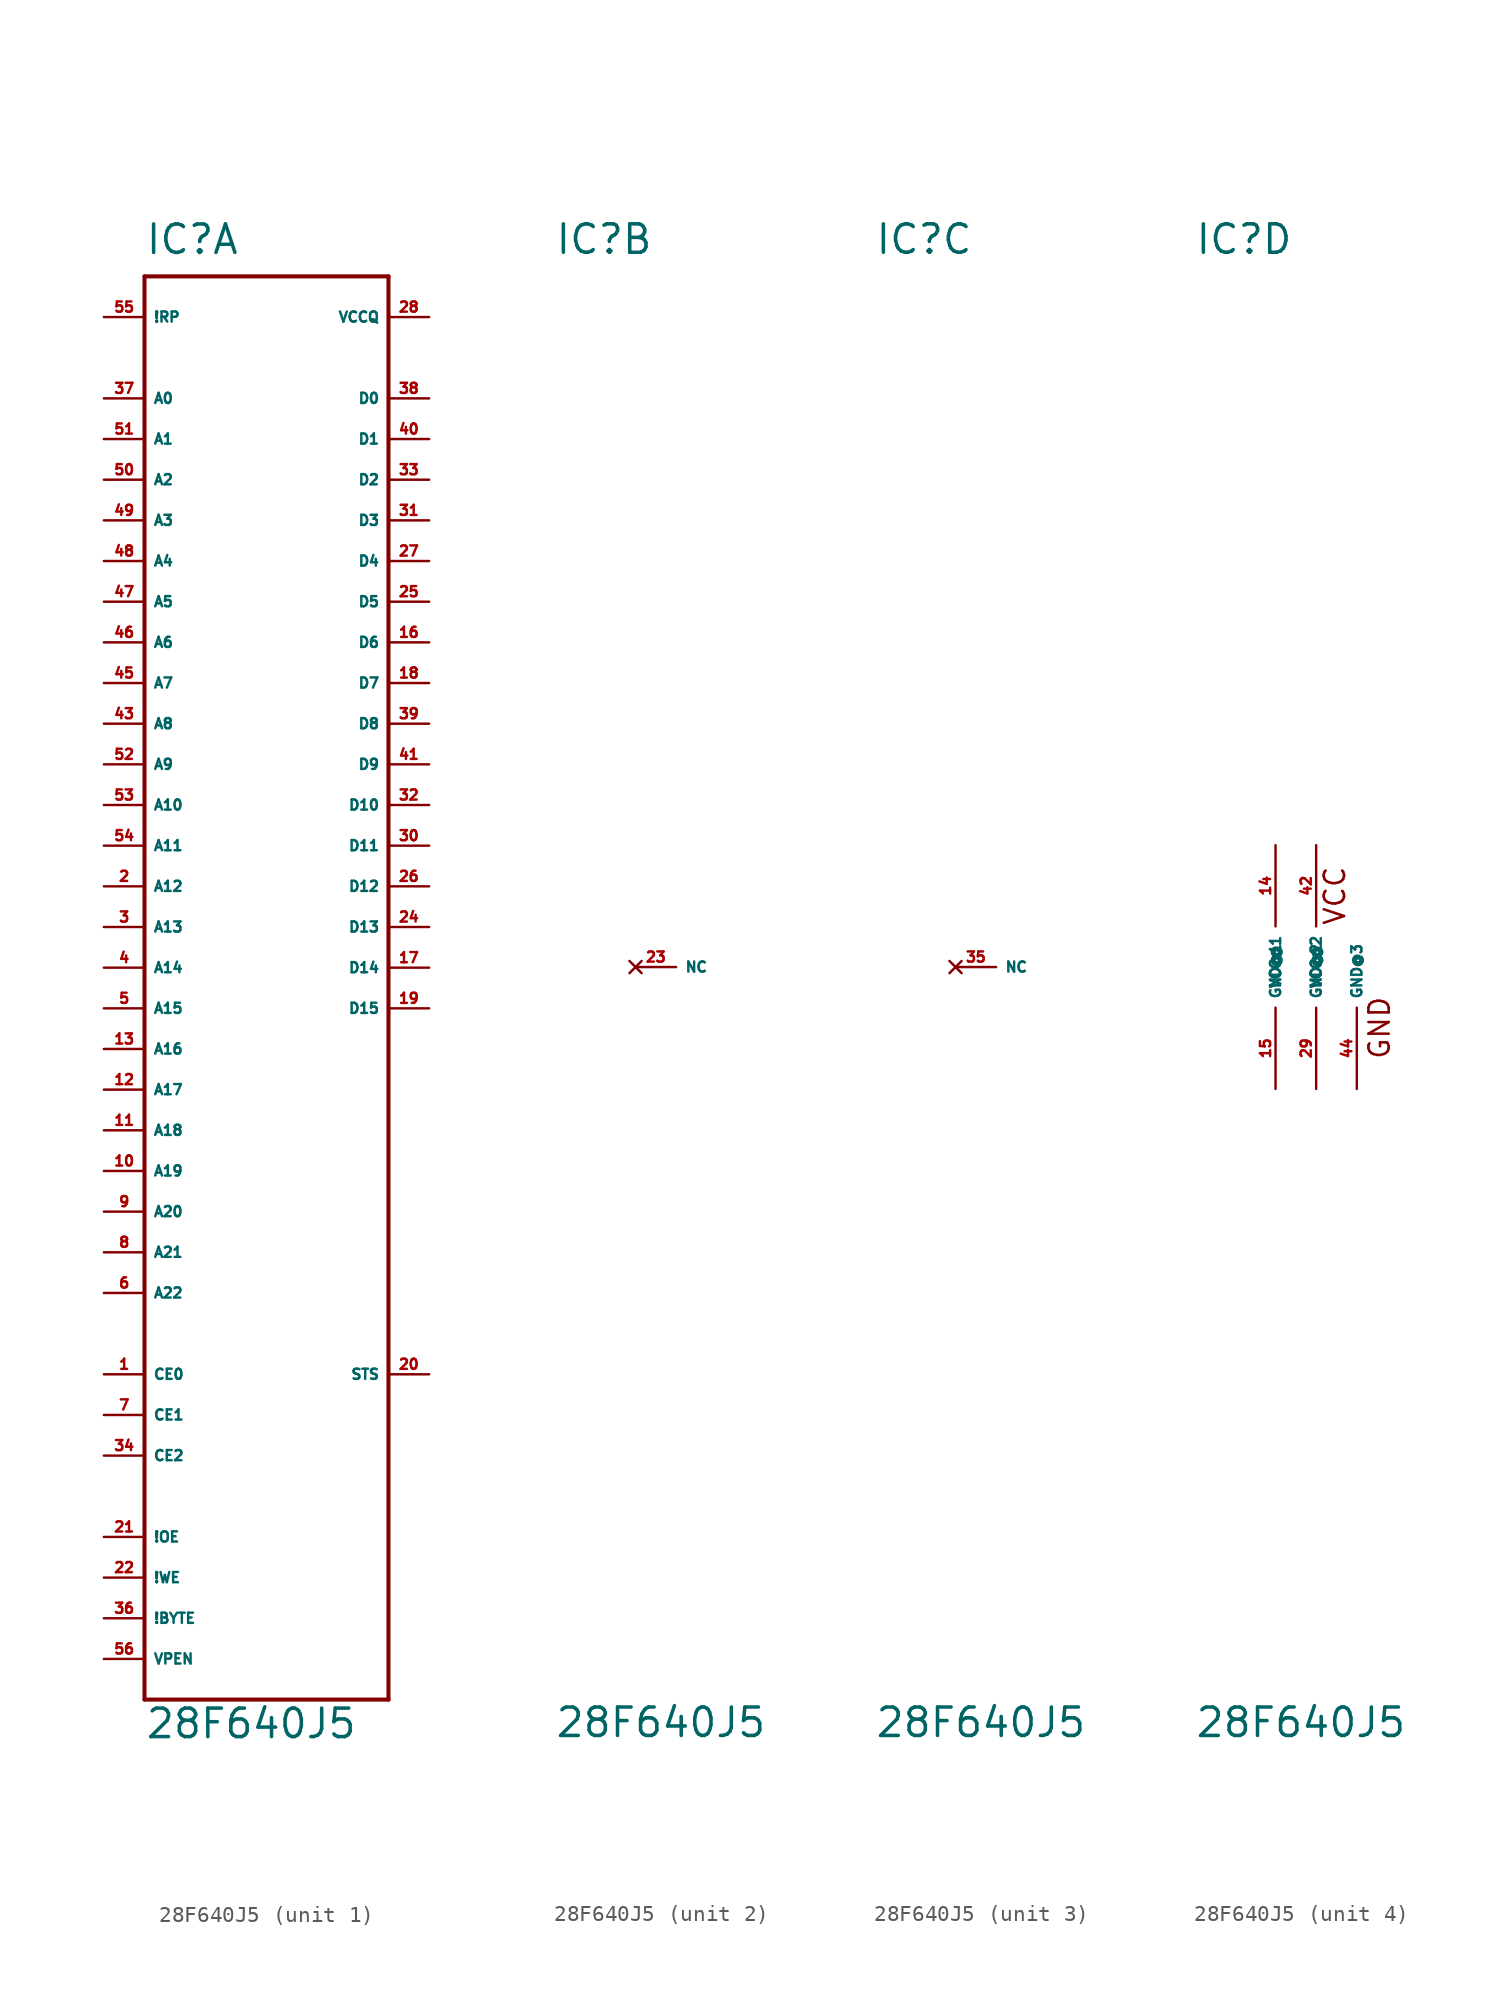
<source format=kicad_sym>
(kicad_symbol_lib
  (version 20220914)
  (generator Eagle2Kicad)
  (symbol "28F640J5"
    (property "Reference" "IC"
      (at -7.62 44.45 0)
      (effects (font (size 1.778 1.778) (thickness 0.22)) (justify left bottom)))
    (property "Value" "28F640J5"
      (at -7.62 -48.26 0)
      (effects (font (size 1.778 1.778) (thickness 0.22)) (justify left bottom)))
    (symbol "28F640J5_1_0"
      (polyline (pts (xy -7.62 43.18) (xy 7.62 43.18)) (stroke (width 0.254) (type default)) (fill (type none)))
      (polyline (pts (xy 7.62 43.18) (xy 7.62 -45.72)) (stroke (width 0.254) (type default)) (fill (type none)))
      (polyline (pts (xy 7.62 -45.72) (xy -7.62 -45.72)) (stroke (width 0.254) (type default)) (fill (type none)))
      (polyline (pts (xy -7.62 -45.72) (xy -7.62 43.18)) (stroke (width 0.254) (type default)) (fill (type none)))
      (pin input line (at -10.16 35.56 0) (length 2.54) (name "A0" (effects (font (size 0.635 0.635) (thickness 0.08)) (justify left bottom))) (number "37" (effects (font (size 0.635 0.635) (thickness 0.08)) (justify left bottom))))
      (pin input line (at -10.16 33.02 0) (length 2.54) (name "A1" (effects (font (size 0.635 0.635) (thickness 0.08)) (justify left bottom))) (number "51" (effects (font (size 0.635 0.635) (thickness 0.08)) (justify left bottom))))
      (pin input line (at -10.16 30.48 0) (length 2.54) (name "A2" (effects (font (size 0.635 0.635) (thickness 0.08)) (justify left bottom))) (number "50" (effects (font (size 0.635 0.635) (thickness 0.08)) (justify left bottom))))
      (pin input line (at -10.16 27.94 0) (length 2.54) (name "A3" (effects (font (size 0.635 0.635) (thickness 0.08)) (justify left bottom))) (number "49" (effects (font (size 0.635 0.635) (thickness 0.08)) (justify left bottom))))
      (pin input line (at -10.16 25.4 0) (length 2.54) (name "A4" (effects (font (size 0.635 0.635) (thickness 0.08)) (justify left bottom))) (number "48" (effects (font (size 0.635 0.635) (thickness 0.08)) (justify left bottom))))
      (pin input line (at -10.16 22.86 0) (length 2.54) (name "A5" (effects (font (size 0.635 0.635) (thickness 0.08)) (justify left bottom))) (number "47" (effects (font (size 0.635 0.635) (thickness 0.08)) (justify left bottom))))
      (pin input line (at -10.16 20.32 0) (length 2.54) (name "A6" (effects (font (size 0.635 0.635) (thickness 0.08)) (justify left bottom))) (number "46" (effects (font (size 0.635 0.635) (thickness 0.08)) (justify left bottom))))
      (pin input line (at -10.16 17.78 0) (length 2.54) (name "A7" (effects (font (size 0.635 0.635) (thickness 0.08)) (justify left bottom))) (number "45" (effects (font (size 0.635 0.635) (thickness 0.08)) (justify left bottom))))
      (pin input line (at -10.16 15.24 0) (length 2.54) (name "A8" (effects (font (size 0.635 0.635) (thickness 0.08)) (justify left bottom))) (number "43" (effects (font (size 0.635 0.635) (thickness 0.08)) (justify left bottom))))
      (pin input line (at -10.16 12.7 0) (length 2.54) (name "A9" (effects (font (size 0.635 0.635) (thickness 0.08)) (justify left bottom))) (number "52" (effects (font (size 0.635 0.635) (thickness 0.08)) (justify left bottom))))
      (pin input line (at -10.16 10.16 0) (length 2.54) (name "A10" (effects (font (size 0.635 0.635) (thickness 0.08)) (justify left bottom))) (number "53" (effects (font (size 0.635 0.635) (thickness 0.08)) (justify left bottom))))
      (pin input line (at -10.16 7.62 0) (length 2.54) (name "A11" (effects (font (size 0.635 0.635) (thickness 0.08)) (justify left bottom))) (number "54" (effects (font (size 0.635 0.635) (thickness 0.08)) (justify left bottom))))
      (pin input line (at -10.16 5.08 0) (length 2.54) (name "A12" (effects (font (size 0.635 0.635) (thickness 0.08)) (justify left bottom))) (number "2" (effects (font (size 0.635 0.635) (thickness 0.08)) (justify left bottom))))
      (pin input line (at -10.16 2.54 0) (length 2.54) (name "A13" (effects (font (size 0.635 0.635) (thickness 0.08)) (justify left bottom))) (number "3" (effects (font (size 0.635 0.635) (thickness 0.08)) (justify left bottom))))
      (pin input line (at -10.16 0 0) (length 2.54) (name "A14" (effects (font (size 0.635 0.635) (thickness 0.08)) (justify left bottom))) (number "4" (effects (font (size 0.635 0.635) (thickness 0.08)) (justify left bottom))))
      (pin input line (at -10.16 -2.54 0) (length 2.54) (name "A15" (effects (font (size 0.635 0.635) (thickness 0.08)) (justify left bottom))) (number "5" (effects (font (size 0.635 0.635) (thickness 0.08)) (justify left bottom))))
      (pin input line (at -10.16 -5.08 0) (length 2.54) (name "A16" (effects (font (size 0.635 0.635) (thickness 0.08)) (justify left bottom))) (number "13" (effects (font (size 0.635 0.635) (thickness 0.08)) (justify left bottom))))
      (pin input line (at -10.16 -7.62 0) (length 2.54) (name "A17" (effects (font (size 0.635 0.635) (thickness 0.08)) (justify left bottom))) (number "12" (effects (font (size 0.635 0.635) (thickness 0.08)) (justify left bottom))))
      (pin input line (at -10.16 -10.16 0) (length 2.54) (name "A18" (effects (font (size 0.635 0.635) (thickness 0.08)) (justify left bottom))) (number "11" (effects (font (size 0.635 0.635) (thickness 0.08)) (justify left bottom))))
      (pin input line (at -10.16 -12.7 0) (length 2.54) (name "A19" (effects (font (size 0.635 0.635) (thickness 0.08)) (justify left bottom))) (number "10" (effects (font (size 0.635 0.635) (thickness 0.08)) (justify left bottom))))
      (pin input line (at -10.16 -15.24 0) (length 2.54) (name "A20" (effects (font (size 0.635 0.635) (thickness 0.08)) (justify left bottom))) (number "9" (effects (font (size 0.635 0.635) (thickness 0.08)) (justify left bottom))))
      (pin input line (at -10.16 -17.78 0) (length 2.54) (name "A21" (effects (font (size 0.635 0.635) (thickness 0.08)) (justify left bottom))) (number "8" (effects (font (size 0.635 0.635) (thickness 0.08)) (justify left bottom))))
      (pin input line (at -10.16 -20.32 0) (length 2.54) (name "A22" (effects (font (size 0.635 0.635) (thickness 0.08)) (justify left bottom))) (number "6" (effects (font (size 0.635 0.635) (thickness 0.08)) (justify left bottom))))
      (pin tri_state line (at 10.16 35.56 180) (length 2.54) (name "D0" (effects (font (size 0.635 0.635) (thickness 0.08)) (justify left bottom))) (number "38" (effects (font (size 0.635 0.635) (thickness 0.08)) (justify left bottom))))
      (pin tri_state line (at 10.16 33.02 180) (length 2.54) (name "D1" (effects (font (size 0.635 0.635) (thickness 0.08)) (justify left bottom))) (number "40" (effects (font (size 0.635 0.635) (thickness 0.08)) (justify left bottom))))
      (pin tri_state line (at 10.16 30.48 180) (length 2.54) (name "D2" (effects (font (size 0.635 0.635) (thickness 0.08)) (justify left bottom))) (number "33" (effects (font (size 0.635 0.635) (thickness 0.08)) (justify left bottom))))
      (pin tri_state line (at 10.16 27.94 180) (length 2.54) (name "D3" (effects (font (size 0.635 0.635) (thickness 0.08)) (justify left bottom))) (number "31" (effects (font (size 0.635 0.635) (thickness 0.08)) (justify left bottom))))
      (pin tri_state line (at 10.16 25.4 180) (length 2.54) (name "D4" (effects (font (size 0.635 0.635) (thickness 0.08)) (justify left bottom))) (number "27" (effects (font (size 0.635 0.635) (thickness 0.08)) (justify left bottom))))
      (pin tri_state line (at 10.16 22.86 180) (length 2.54) (name "D5" (effects (font (size 0.635 0.635) (thickness 0.08)) (justify left bottom))) (number "25" (effects (font (size 0.635 0.635) (thickness 0.08)) (justify left bottom))))
      (pin tri_state line (at 10.16 20.32 180) (length 2.54) (name "D6" (effects (font (size 0.635 0.635) (thickness 0.08)) (justify left bottom))) (number "16" (effects (font (size 0.635 0.635) (thickness 0.08)) (justify left bottom))))
      (pin tri_state line (at 10.16 17.78 180) (length 2.54) (name "D7" (effects (font (size 0.635 0.635) (thickness 0.08)) (justify left bottom))) (number "18" (effects (font (size 0.635 0.635) (thickness 0.08)) (justify left bottom))))
      (pin tri_state line (at 10.16 15.24 180) (length 2.54) (name "D8" (effects (font (size 0.635 0.635) (thickness 0.08)) (justify left bottom))) (number "39" (effects (font (size 0.635 0.635) (thickness 0.08)) (justify left bottom))))
      (pin tri_state line (at 10.16 12.7 180) (length 2.54) (name "D9" (effects (font (size 0.635 0.635) (thickness 0.08)) (justify left bottom))) (number "41" (effects (font (size 0.635 0.635) (thickness 0.08)) (justify left bottom))))
      (pin tri_state line (at 10.16 10.16 180) (length 2.54) (name "D10" (effects (font (size 0.635 0.635) (thickness 0.08)) (justify left bottom))) (number "32" (effects (font (size 0.635 0.635) (thickness 0.08)) (justify left bottom))))
      (pin tri_state line (at 10.16 7.62 180) (length 2.54) (name "D11" (effects (font (size 0.635 0.635) (thickness 0.08)) (justify left bottom))) (number "30" (effects (font (size 0.635 0.635) (thickness 0.08)) (justify left bottom))))
      (pin tri_state line (at 10.16 5.08 180) (length 2.54) (name "D12" (effects (font (size 0.635 0.635) (thickness 0.08)) (justify left bottom))) (number "26" (effects (font (size 0.635 0.635) (thickness 0.08)) (justify left bottom))))
      (pin tri_state line (at 10.16 2.54 180) (length 2.54) (name "D13" (effects (font (size 0.635 0.635) (thickness 0.08)) (justify left bottom))) (number "24" (effects (font (size 0.635 0.635) (thickness 0.08)) (justify left bottom))))
      (pin tri_state line (at 10.16 0 180) (length 2.54) (name "D14" (effects (font (size 0.635 0.635) (thickness 0.08)) (justify left bottom))) (number "17" (effects (font (size 0.635 0.635) (thickness 0.08)) (justify left bottom))))
      (pin tri_state line (at 10.16 -2.54 180) (length 2.54) (name "D15" (effects (font (size 0.635 0.635) (thickness 0.08)) (justify left bottom))) (number "19" (effects (font (size 0.635 0.635) (thickness 0.08)) (justify left bottom))))
      (pin input line (at -10.16 -25.4 0) (length 2.54) (name "CE0" (effects (font (size 0.635 0.635) (thickness 0.08)) (justify left bottom))) (number "1" (effects (font (size 0.635 0.635) (thickness 0.08)) (justify left bottom))))
      (pin input line (at -10.16 -27.94 0) (length 2.54) (name "CE1" (effects (font (size 0.635 0.635) (thickness 0.08)) (justify left bottom))) (number "7" (effects (font (size 0.635 0.635) (thickness 0.08)) (justify left bottom))))
      (pin input line (at -10.16 -30.48 0) (length 2.54) (name "CE2" (effects (font (size 0.635 0.635) (thickness 0.08)) (justify left bottom))) (number "34" (effects (font (size 0.635 0.635) (thickness 0.08)) (justify left bottom))))
      (pin input line (at -10.16 40.64 0) (length 2.54) (name "!RP" (effects (font (size 0.635 0.635) (thickness 0.08)) (justify left bottom))) (number "55" (effects (font (size 0.635 0.635) (thickness 0.08)) (justify left bottom))))
      (pin input line (at -10.16 -35.56 0) (length 2.54) (name "!OE" (effects (font (size 0.635 0.635) (thickness 0.08)) (justify left bottom))) (number "21" (effects (font (size 0.635 0.635) (thickness 0.08)) (justify left bottom))))
      (pin input line (at -10.16 -38.1 0) (length 2.54) (name "!WE" (effects (font (size 0.635 0.635) (thickness 0.08)) (justify left bottom))) (number "22" (effects (font (size 0.635 0.635) (thickness 0.08)) (justify left bottom))))
      (pin output line (at 10.16 -25.4 180) (length 2.54) (name "STS" (effects (font (size 0.635 0.635) (thickness 0.08)) (justify left bottom))) (number "20" (effects (font (size 0.635 0.635) (thickness 0.08)) (justify left bottom))))
      (pin output line (at -10.16 -40.64 0) (length 2.54) (name "!BYTE" (effects (font (size 0.635 0.635) (thickness 0.08)) (justify left bottom))) (number "36" (effects (font (size 0.635 0.635) (thickness 0.08)) (justify left bottom))))
      (pin output line (at -10.16 -43.18 0) (length 2.54) (name "VPEN" (effects (font (size 0.635 0.635) (thickness 0.08)) (justify left bottom))) (number "56" (effects (font (size 0.635 0.635) (thickness 0.08)) (justify left bottom))))
      (pin unspecified line (at 10.16 40.64 180) (length 2.54) (name "VCCQ" (effects (font (size 0.635 0.635) (thickness 0.08)) (justify left bottom))) (number "28" (effects (font (size 0.635 0.635) (thickness 0.08)) (justify left bottom)))))
    (symbol "28F640J5_2_0"
      (pin no_connect line (at -2.54 0 0) (length 2.54) (name "NC" (effects (font (size 0.635 0.635) (thickness 0.08)) (justify left bottom) hide)) (number "23" (effects (font (size 0.635 0.635) (thickness 0.08)) (justify left bottom) hide))))
    (symbol "28F640J5_3_0"
      (pin no_connect line (at -2.54 0 0) (length 2.54) (name "NC" (effects (font (size 0.635 0.635) (thickness 0.08)) (justify left bottom) hide)) (number "35" (effects (font (size 0.635 0.635) (thickness 0.08)) (justify left bottom) hide))))
    (symbol "28F640J5_4_0"
      (text "VCC" (at 1.905 2.54 900) (effects (font (size 1.27 1.27) (thickness 0.16)) (justify left bottom)))
      (text "GND" (at 4.699 -5.842 900) (effects (font (size 1.27 1.27) (thickness 0.16)) (justify left bottom)))
      (pin unspecified line (at -2.54 7.62 270) (length 5.08) (name "VCC@1" (effects (font (size 0.635 0.635) (thickness 0.08)) (justify left bottom))) (number "14" (effects (font (size 0.635 0.635) (thickness 0.08)) (justify left bottom))))
      (pin unspecified line (at -2.54 -7.62 90) (length 5.08) (name "GND@1" (effects (font (size 0.635 0.635) (thickness 0.08)) (justify left bottom))) (number "15" (effects (font (size 0.635 0.635) (thickness 0.08)) (justify left bottom))))
      (pin unspecified line (at 0 -7.62 90) (length 5.08) (name "GND@2" (effects (font (size 0.635 0.635) (thickness 0.08)) (justify left bottom))) (number "29" (effects (font (size 0.635 0.635) (thickness 0.08)) (justify left bottom))))
      (pin unspecified line (at 2.54 -7.62 90) (length 5.08) (name "GND@3" (effects (font (size 0.635 0.635) (thickness 0.08)) (justify left bottom))) (number "44" (effects (font (size 0.635 0.635) (thickness 0.08)) (justify left bottom))))
      (pin unspecified line (at 0 7.62 270) (length 5.08) (name "VCC@2" (effects (font (size 0.635 0.635) (thickness 0.08)) (justify left bottom))) (number "42" (effects (font (size 0.635 0.635) (thickness 0.08)) (justify left bottom)))))))
</source>
